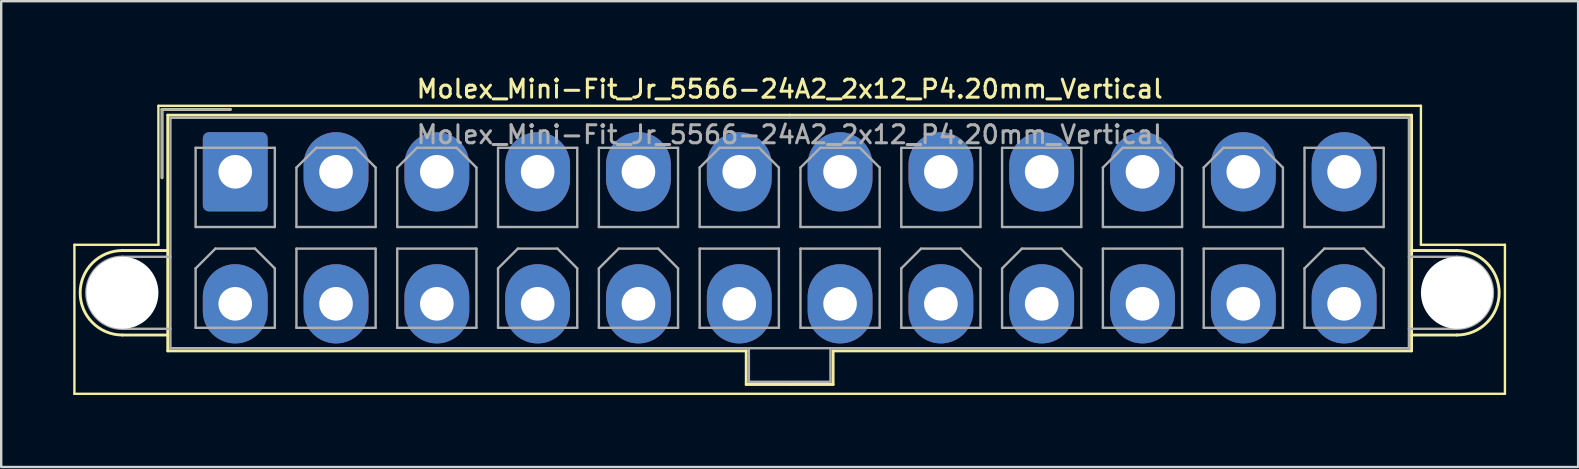
<source format=kicad_pcb>
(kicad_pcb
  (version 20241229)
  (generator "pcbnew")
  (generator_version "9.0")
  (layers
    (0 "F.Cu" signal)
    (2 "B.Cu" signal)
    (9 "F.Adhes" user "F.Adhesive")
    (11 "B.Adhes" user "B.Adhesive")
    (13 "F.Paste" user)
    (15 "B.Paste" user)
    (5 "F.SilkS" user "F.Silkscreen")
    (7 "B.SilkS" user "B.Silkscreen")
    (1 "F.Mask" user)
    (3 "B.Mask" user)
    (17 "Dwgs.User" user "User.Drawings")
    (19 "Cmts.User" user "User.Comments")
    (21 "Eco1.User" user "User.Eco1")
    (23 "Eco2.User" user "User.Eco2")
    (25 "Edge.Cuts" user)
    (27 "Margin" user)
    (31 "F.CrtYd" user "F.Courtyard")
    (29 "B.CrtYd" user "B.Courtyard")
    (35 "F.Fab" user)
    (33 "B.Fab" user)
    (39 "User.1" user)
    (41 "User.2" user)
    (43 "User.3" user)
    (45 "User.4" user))
  (footprint "Molex_Mini-Fit_Jr_5566-24A2_2x12_P4.20mm_Vertical"
    (layer "F.Cu")
    (at 6.75 4.108)
    (property "Reference" "Molex_Mini-Fit_Jr_5566-24A2_2x12_P4.20mm_Vertical" (at 23.1 -3.45 0) (layer "F.SilkS") (effects (font (size 0.75 0.75) (thickness 0.125))))
    (attr through_hole)
    (fp_line (start -6.7 3.04) (end -6.7 9.25) (stroke (width 0.1) (type solid)) (layer "F.SilkS"))
    (fp_line (start -6.7 9.25) (end 52.9 9.25) (stroke (width 0.1) (type solid)) (layer "F.SilkS"))
    (fp_line (start -4.7 3.28) (end -2.81 3.28) (stroke (width 0.12) (type solid)) (layer "F.SilkS"))
    (fp_line (start -4.7 6.8) (end -2.81 6.8) (stroke (width 0.12) (type solid)) (layer "F.SilkS"))
    (fp_line (start -3.2 -2.75) (end -3.2 3.04) (stroke (width 0.1) (type solid)) (layer "F.SilkS"))
    (fp_line (start -3.2 3.04) (end -6.7 3.04) (stroke (width 0.1) (type solid)) (layer "F.SilkS"))
    (fp_line (start -3.05 -2.6) (end -3.05 0.25) (stroke (width 0.12) (type solid)) (layer "F.SilkS"))
    (fp_line (start -2.81 -2.36) (end -2.81 7.46) (stroke (width 0.12) (type solid)) (layer "F.SilkS"))
    (fp_line (start -2.81 7.46) (end 21.29 7.46) (stroke (width 0.12) (type solid)) (layer "F.SilkS"))
    (fp_line (start -0.2 -2.6) (end -3.05 -2.6) (stroke (width 0.12) (type solid)) (layer "F.SilkS"))
    (fp_line (start 21.29 7.46) (end 21.29 8.86) (stroke (width 0.12) (type solid)) (layer "F.SilkS"))
    (fp_line (start 21.29 8.86) (end 23.1 8.86) (stroke (width 0.12) (type solid)) (layer "F.SilkS"))
    (fp_line (start 23.1 -2.36) (end -2.81 -2.36) (stroke (width 0.12) (type solid)) (layer "F.SilkS"))
    (fp_line (start 23.1 -2.36) (end 49.01 -2.36) (stroke (width 0.12) (type solid)) (layer "F.SilkS"))
    (fp_line (start 24.91 7.46) (end 24.91 8.86) (stroke (width 0.12) (type solid)) (layer "F.SilkS"))
    (fp_line (start 24.91 8.86) (end 23.1 8.86) (stroke (width 0.12) (type solid)) (layer "F.SilkS"))
    (fp_line (start 49.01 -2.36) (end 49.01 7.46) (stroke (width 0.12) (type solid)) (layer "F.SilkS"))
    (fp_line (start 49.01 7.46) (end 24.91 7.46) (stroke (width 0.12) (type solid)) (layer "F.SilkS"))
    (fp_line (start 49.4 -2.75) (end -3.2 -2.75) (stroke (width 0.1) (type solid)) (layer "F.SilkS"))
    (fp_line (start 49.4 3.04) (end 49.4 -2.75) (stroke (width 0.1) (type solid)) (layer "F.SilkS"))
    (fp_line (start 50.9 3.28) (end 49.01 3.28) (stroke (width 0.12) (type solid)) (layer "F.SilkS"))
    (fp_line (start 50.9 6.8) (end 49.01 6.8) (stroke (width 0.12) (type solid)) (layer "F.SilkS"))
    (fp_line (start 52.9 3.04) (end 49.4 3.04) (stroke (width 0.1) (type solid)) (layer "F.SilkS"))
    (fp_line (start 52.9 9.25) (end 52.9 3.04) (stroke (width 0.1) (type solid)) (layer "F.SilkS"))
    (fp_arc (start -4.7 6.8) (mid -6.46 5.04) (end -4.7 3.28) (stroke (width 0.12) (type solid)) (layer "F.SilkS"))
    (fp_arc (start 50.9 3.28) (mid 52.66 5.04) (end 50.9 6.8) (stroke (width 0.12) (type solid)) (layer "F.SilkS"))
    (fp_line (start -4.7 3.54) (end -2.7 3.54) (stroke (width 0.1) (type solid)) (layer "F.Fab"))
    (fp_line (start -4.7 6.54) (end -2.7 6.54) (stroke (width 0.1) (type solid)) (layer "F.Fab"))
    (fp_line (start -3.05 -2.6) (end -3.05 0.25) (stroke (width 0.1) (type solid)) (layer "F.Fab"))
    (fp_line (start -2.7 -2.25) (end -2.7 7.35) (stroke (width 0.1) (type solid)) (layer "F.Fab"))
    (fp_line (start -2.7 7.35) (end 48.9 7.35) (stroke (width 0.1) (type solid)) (layer "F.Fab"))
    (fp_line (start -1.65 -1) (end -1.65 2.3) (stroke (width 0.1) (type solid)) (layer "F.Fab"))
    (fp_line (start -1.65 2.3) (end 1.65 2.3) (stroke (width 0.1) (type solid)) (layer "F.Fab"))
    (fp_line (start -1.65 4.025) (end -0.825 3.2) (stroke (width 0.1) (type solid)) (layer "F.Fab"))
    (fp_line (start -1.65 6.5) (end -1.65 4.025) (stroke (width 0.1) (type solid)) (layer "F.Fab"))
    (fp_line (start -0.825 3.2) (end 0.825 3.2) (stroke (width 0.1) (type solid)) (layer "F.Fab"))
    (fp_line (start -0.2 -2.6) (end -3.05 -2.6) (stroke (width 0.1) (type solid)) (layer "F.Fab"))
    (fp_line (start 0.825 3.2) (end 1.65 4.025) (stroke (width 0.1) (type solid)) (layer "F.Fab"))
    (fp_line (start 1.65 -1) (end -1.65 -1) (stroke (width 0.1) (type solid)) (layer "F.Fab"))
    (fp_line (start 1.65 2.3) (end 1.65 -1) (stroke (width 0.1) (type solid)) (layer "F.Fab"))
    (fp_line (start 1.65 4.025) (end 1.65 6.5) (stroke (width 0.1) (type solid)) (layer "F.Fab"))
    (fp_line (start 1.65 6.5) (end -1.65 6.5) (stroke (width 0.1) (type solid)) (layer "F.Fab"))
    (fp_line (start 2.55 -0.175) (end 3.375 -1) (stroke (width 0.1) (type solid)) (layer "F.Fab"))
    (fp_line (start 2.55 2.3) (end 2.55 -0.175) (stroke (width 0.1) (type solid)) (layer "F.Fab"))
    (fp_line (start 2.55 3.2) (end 2.55 6.5) (stroke (width 0.1) (type solid)) (layer "F.Fab"))
    (fp_line (start 2.55 6.5) (end 5.85 6.5) (stroke (width 0.1) (type solid)) (layer "F.Fab"))
    (fp_line (start 3.375 -1) (end 5.025 -1) (stroke (width 0.1) (type solid)) (layer "F.Fab"))
    (fp_line (start 5.025 -1) (end 5.85 -0.175) (stroke (width 0.1) (type solid)) (layer "F.Fab"))
    (fp_line (start 5.85 -0.175) (end 5.85 2.3) (stroke (width 0.1) (type solid)) (layer "F.Fab"))
    (fp_line (start 5.85 2.3) (end 2.55 2.3) (stroke (width 0.1) (type solid)) (layer "F.Fab"))
    (fp_line (start 5.85 3.2) (end 2.55 3.2) (stroke (width 0.1) (type solid)) (layer "F.Fab"))
    (fp_line (start 5.85 6.5) (end 5.85 3.2) (stroke (width 0.1) (type solid)) (layer "F.Fab"))
    (fp_line (start 6.75 -0.175) (end 7.575 -1) (stroke (width 0.1) (type solid)) (layer "F.Fab"))
    (fp_line (start 6.75 2.3) (end 6.75 -0.175) (stroke (width 0.1) (type solid)) (layer "F.Fab"))
    (fp_line (start 6.75 3.2) (end 6.75 6.5) (stroke (width 0.1) (type solid)) (layer "F.Fab"))
    (fp_line (start 6.75 6.5) (end 10.05 6.5) (stroke (width 0.1) (type solid)) (layer "F.Fab"))
    (fp_line (start 7.575 -1) (end 9.225 -1) (stroke (width 0.1) (type solid)) (layer "F.Fab"))
    (fp_line (start 9.225 -1) (end 10.05 -0.175) (stroke (width 0.1) (type solid)) (layer "F.Fab"))
    (fp_line (start 10.05 -0.175) (end 10.05 2.3) (stroke (width 0.1) (type solid)) (layer "F.Fab"))
    (fp_line (start 10.05 2.3) (end 6.75 2.3) (stroke (width 0.1) (type solid)) (layer "F.Fab"))
    (fp_line (start 10.05 3.2) (end 6.75 3.2) (stroke (width 0.1) (type solid)) (layer "F.Fab"))
    (fp_line (start 10.05 6.5) (end 10.05 3.2) (stroke (width 0.1) (type solid)) (layer "F.Fab"))
    (fp_line (start 10.95 -1) (end 10.95 2.3) (stroke (width 0.1) (type solid)) (layer "F.Fab"))
    (fp_line (start 10.95 2.3) (end 14.25 2.3) (stroke (width 0.1) (type solid)) (layer "F.Fab"))
    (fp_line (start 10.95 4.025) (end 11.775 3.2) (stroke (width 0.1) (type solid)) (layer "F.Fab"))
    (fp_line (start 10.95 6.5) (end 10.95 4.025) (stroke (width 0.1) (type solid)) (layer "F.Fab"))
    (fp_line (start 11.775 3.2) (end 13.425 3.2) (stroke (width 0.1) (type solid)) (layer "F.Fab"))
    (fp_line (start 13.425 3.2) (end 14.25 4.025) (stroke (width 0.1) (type solid)) (layer "F.Fab"))
    (fp_line (start 14.25 -1) (end 10.95 -1) (stroke (width 0.1) (type solid)) (layer "F.Fab"))
    (fp_line (start 14.25 2.3) (end 14.25 -1) (stroke (width 0.1) (type solid)) (layer "F.Fab"))
    (fp_line (start 14.25 4.025) (end 14.25 6.5) (stroke (width 0.1) (type solid)) (layer "F.Fab"))
    (fp_line (start 14.25 6.5) (end 10.95 6.5) (stroke (width 0.1) (type solid)) (layer "F.Fab"))
    (fp_line (start 15.15 -1) (end 15.15 2.3) (stroke (width 0.1) (type solid)) (layer "F.Fab"))
    (fp_line (start 15.15 2.3) (end 18.45 2.3) (stroke (width 0.1) (type solid)) (layer "F.Fab"))
    (fp_line (start 15.15 4.025) (end 15.975 3.2) (stroke (width 0.1) (type solid)) (layer "F.Fab"))
    (fp_line (start 15.15 6.5) (end 15.15 4.025) (stroke (width 0.1) (type solid)) (layer "F.Fab"))
    (fp_line (start 15.975 3.2) (end 17.625 3.2) (stroke (width 0.1) (type solid)) (layer "F.Fab"))
    (fp_line (start 17.625 3.2) (end 18.45 4.025) (stroke (width 0.1) (type solid)) (layer "F.Fab"))
    (fp_line (start 18.45 -1) (end 15.15 -1) (stroke (width 0.1) (type solid)) (layer "F.Fab"))
    (fp_line (start 18.45 2.3) (end 18.45 -1) (stroke (width 0.1) (type solid)) (layer "F.Fab"))
    (fp_line (start 18.45 4.025) (end 18.45 6.5) (stroke (width 0.1) (type solid)) (layer "F.Fab"))
    (fp_line (start 18.45 6.5) (end 15.15 6.5) (stroke (width 0.1) (type solid)) (layer "F.Fab"))
    (fp_line (start 19.35 -0.175) (end 20.175 -1) (stroke (width 0.1) (type solid)) (layer "F.Fab"))
    (fp_line (start 19.35 2.3) (end 19.35 -0.175) (stroke (width 0.1) (type solid)) (layer "F.Fab"))
    (fp_line (start 19.35 3.2) (end 19.35 6.5) (stroke (width 0.1) (type solid)) (layer "F.Fab"))
    (fp_line (start 19.35 6.5) (end 22.65 6.5) (stroke (width 0.1) (type solid)) (layer "F.Fab"))
    (fp_line (start 20.175 -1) (end 21.825 -1) (stroke (width 0.1) (type solid)) (layer "F.Fab"))
    (fp_line (start 21.4 7.35) (end 21.4 8.75) (stroke (width 0.1) (type solid)) (layer "F.Fab"))
    (fp_line (start 21.4 8.75) (end 24.8 8.75) (stroke (width 0.1) (type solid)) (layer "F.Fab"))
    (fp_line (start 21.825 -1) (end 22.65 -0.175) (stroke (width 0.1) (type solid)) (layer "F.Fab"))
    (fp_line (start 22.65 -0.175) (end 22.65 2.3) (stroke (width 0.1) (type solid)) (layer "F.Fab"))
    (fp_line (start 22.65 2.3) (end 19.35 2.3) (stroke (width 0.1) (type solid)) (layer "F.Fab"))
    (fp_line (start 22.65 3.2) (end 19.35 3.2) (stroke (width 0.1) (type solid)) (layer "F.Fab"))
    (fp_line (start 22.65 6.5) (end 22.65 3.2) (stroke (width 0.1) (type solid)) (layer "F.Fab"))
    (fp_line (start 23.55 -0.175) (end 24.375 -1) (stroke (width 0.1) (type solid)) (layer "F.Fab"))
    (fp_line (start 23.55 2.3) (end 23.55 -0.175) (stroke (width 0.1) (type solid)) (layer "F.Fab"))
    (fp_line (start 23.55 3.2) (end 23.55 6.5) (stroke (width 0.1) (type solid)) (layer "F.Fab"))
    (fp_line (start 23.55 6.5) (end 26.85 6.5) (stroke (width 0.1) (type solid)) (layer "F.Fab"))
    (fp_line (start 24.375 -1) (end 26.025 -1) (stroke (width 0.1) (type solid)) (layer "F.Fab"))
    (fp_line (start 24.8 8.75) (end 24.8 7.35) (stroke (width 0.1) (type solid)) (layer "F.Fab"))
    (fp_line (start 26.025 -1) (end 26.85 -0.175) (stroke (width 0.1) (type solid)) (layer "F.Fab"))
    (fp_line (start 26.85 -0.175) (end 26.85 2.3) (stroke (width 0.1) (type solid)) (layer "F.Fab"))
    (fp_line (start 26.85 2.3) (end 23.55 2.3) (stroke (width 0.1) (type solid)) (layer "F.Fab"))
    (fp_line (start 26.85 3.2) (end 23.55 3.2) (stroke (width 0.1) (type solid)) (layer "F.Fab"))
    (fp_line (start 26.85 6.5) (end 26.85 3.2) (stroke (width 0.1) (type solid)) (layer "F.Fab"))
    (fp_line (start 27.75 -1) (end 27.75 2.3) (stroke (width 0.1) (type solid)) (layer "F.Fab"))
    (fp_line (start 27.75 2.3) (end 31.05 2.3) (stroke (width 0.1) (type solid)) (layer "F.Fab"))
    (fp_line (start 27.75 4.025) (end 28.575 3.2) (stroke (width 0.1) (type solid)) (layer "F.Fab"))
    (fp_line (start 27.75 6.5) (end 27.75 4.025) (stroke (width 0.1) (type solid)) (layer "F.Fab"))
    (fp_line (start 28.575 3.2) (end 30.225 3.2) (stroke (width 0.1) (type solid)) (layer "F.Fab"))
    (fp_line (start 30.225 3.2) (end 31.05 4.025) (stroke (width 0.1) (type solid)) (layer "F.Fab"))
    (fp_line (start 31.05 -1) (end 27.75 -1) (stroke (width 0.1) (type solid)) (layer "F.Fab"))
    (fp_line (start 31.05 2.3) (end 31.05 -1) (stroke (width 0.1) (type solid)) (layer "F.Fab"))
    (fp_line (start 31.05 4.025) (end 31.05 6.5) (stroke (width 0.1) (type solid)) (layer "F.Fab"))
    (fp_line (start 31.05 6.5) (end 27.75 6.5) (stroke (width 0.1) (type solid)) (layer "F.Fab"))
    (fp_line (start 31.95 -1) (end 31.95 2.3) (stroke (width 0.1) (type solid)) (layer "F.Fab"))
    (fp_line (start 31.95 2.3) (end 35.25 2.3) (stroke (width 0.1) (type solid)) (layer "F.Fab"))
    (fp_line (start 31.95 4.025) (end 32.775 3.2) (stroke (width 0.1) (type solid)) (layer "F.Fab"))
    (fp_line (start 31.95 6.5) (end 31.95 4.025) (stroke (width 0.1) (type solid)) (layer "F.Fab"))
    (fp_line (start 32.775 3.2) (end 34.425 3.2) (stroke (width 0.1) (type solid)) (layer "F.Fab"))
    (fp_line (start 34.425 3.2) (end 35.25 4.025) (stroke (width 0.1) (type solid)) (layer "F.Fab"))
    (fp_line (start 35.25 -1) (end 31.95 -1) (stroke (width 0.1) (type solid)) (layer "F.Fab"))
    (fp_line (start 35.25 2.3) (end 35.25 -1) (stroke (width 0.1) (type solid)) (layer "F.Fab"))
    (fp_line (start 35.25 4.025) (end 35.25 6.5) (stroke (width 0.1) (type solid)) (layer "F.Fab"))
    (fp_line (start 35.25 6.5) (end 31.95 6.5) (stroke (width 0.1) (type solid)) (layer "F.Fab"))
    (fp_line (start 36.15 -0.175) (end 36.975 -1) (stroke (width 0.1) (type solid)) (layer "F.Fab"))
    (fp_line (start 36.15 2.3) (end 36.15 -0.175) (stroke (width 0.1) (type solid)) (layer "F.Fab"))
    (fp_line (start 36.15 3.2) (end 36.15 6.5) (stroke (width 0.1) (type solid)) (layer "F.Fab"))
    (fp_line (start 36.15 6.5) (end 39.45 6.5) (stroke (width 0.1) (type solid)) (layer "F.Fab"))
    (fp_line (start 36.975 -1) (end 38.625 -1) (stroke (width 0.1) (type solid)) (layer "F.Fab"))
    (fp_line (start 38.625 -1) (end 39.45 -0.175) (stroke (width 0.1) (type solid)) (layer "F.Fab"))
    (fp_line (start 39.45 -0.175) (end 39.45 2.3) (stroke (width 0.1) (type solid)) (layer "F.Fab"))
    (fp_line (start 39.45 2.3) (end 36.15 2.3) (stroke (width 0.1) (type solid)) (layer "F.Fab"))
    (fp_line (start 39.45 3.2) (end 36.15 3.2) (stroke (width 0.1) (type solid)) (layer "F.Fab"))
    (fp_line (start 39.45 6.5) (end 39.45 3.2) (stroke (width 0.1) (type solid)) (layer "F.Fab"))
    (fp_line (start 40.35 -0.175) (end 41.175 -1) (stroke (width 0.1) (type solid)) (layer "F.Fab"))
    (fp_line (start 40.35 2.3) (end 40.35 -0.175) (stroke (width 0.1) (type solid)) (layer "F.Fab"))
    (fp_line (start 40.35 3.2) (end 40.35 6.5) (stroke (width 0.1) (type solid)) (layer "F.Fab"))
    (fp_line (start 40.35 6.5) (end 43.65 6.5) (stroke (width 0.1) (type solid)) (layer "F.Fab"))
    (fp_line (start 41.175 -1) (end 42.825 -1) (stroke (width 0.1) (type solid)) (layer "F.Fab"))
    (fp_line (start 42.825 -1) (end 43.65 -0.175) (stroke (width 0.1) (type solid)) (layer "F.Fab"))
    (fp_line (start 43.65 -0.175) (end 43.65 2.3) (stroke (width 0.1) (type solid)) (layer "F.Fab"))
    (fp_line (start 43.65 2.3) (end 40.35 2.3) (stroke (width 0.1) (type solid)) (layer "F.Fab"))
    (fp_line (start 43.65 3.2) (end 40.35 3.2) (stroke (width 0.1) (type solid)) (layer "F.Fab"))
    (fp_line (start 43.65 6.5) (end 43.65 3.2) (stroke (width 0.1) (type solid)) (layer "F.Fab"))
    (fp_line (start 44.55 -1) (end 44.55 2.3) (stroke (width 0.1) (type solid)) (layer "F.Fab"))
    (fp_line (start 44.55 2.3) (end 47.85 2.3) (stroke (width 0.1) (type solid)) (layer "F.Fab"))
    (fp_line (start 44.55 4.025) (end 45.375 3.2) (stroke (width 0.1) (type solid)) (layer "F.Fab"))
    (fp_line (start 44.55 6.5) (end 44.55 4.025) (stroke (width 0.1) (type solid)) (layer "F.Fab"))
    (fp_line (start 45.375 3.2) (end 47.025 3.2) (stroke (width 0.1) (type solid)) (layer "F.Fab"))
    (fp_line (start 47.025 3.2) (end 47.85 4.025) (stroke (width 0.1) (type solid)) (layer "F.Fab"))
    (fp_line (start 47.85 -1) (end 44.55 -1) (stroke (width 0.1) (type solid)) (layer "F.Fab"))
    (fp_line (start 47.85 2.3) (end 47.85 -1) (stroke (width 0.1) (type solid)) (layer "F.Fab"))
    (fp_line (start 47.85 4.025) (end 47.85 6.5) (stroke (width 0.1) (type solid)) (layer "F.Fab"))
    (fp_line (start 47.85 6.5) (end 44.55 6.5) (stroke (width 0.1) (type solid)) (layer "F.Fab"))
    (fp_line (start 48.9 -2.25) (end -2.7 -2.25) (stroke (width 0.1) (type solid)) (layer "F.Fab"))
    (fp_line (start 48.9 7.35) (end 48.9 -2.25) (stroke (width 0.1) (type solid)) (layer "F.Fab"))
    (fp_line (start 50.9 3.54) (end 48.9 3.54) (stroke (width 0.1) (type solid)) (layer "F.Fab"))
    (fp_line (start 50.9 6.54) (end 48.9 6.54) (stroke (width 0.1) (type solid)) (layer "F.Fab"))
    (fp_arc (start -4.7 6.54) (mid -6.2 5.04) (end -4.7 3.54) (stroke (width 0.1) (type solid)) (layer "F.Fab"))
    (fp_arc (start 50.9 3.54) (mid 52.4 5.04) (end 50.9 6.54) (stroke (width 0.1) (type solid)) (layer "F.Fab"))
    (fp_text user "${REFERENCE}" (at 23.1 -1.55 0) (layer "F.Fab") (effects (font (size 0.75 0.75) (thickness 0.125))))
    (pad "" np_thru_hole circle (at -4.7 5.04) (size 3 3) (drill 3) (layers "*.Cu" "*.Mask"))
    (pad "" np_thru_hole circle (at 50.9 5.04) (size 3 3) (drill 3) (layers "*.Cu" "*.Mask"))
    (pad "1" thru_hole roundrect (at 0 0) (size 2.7 3.3) (drill 1.4) (layers "*.Cu" "*.Mask") (roundrect_rratio 0.093))
    (pad "2" thru_hole oval (at 4.2 0) (size 2.7 3.3) (drill 1.4) (layers "*.Cu" "*.Mask"))
    (pad "3" thru_hole oval (at 8.4 0) (size 2.7 3.3) (drill 1.4) (layers "*.Cu" "*.Mask"))
    (pad "4" thru_hole oval (at 12.6 0) (size 2.7 3.3) (drill 1.4) (layers "*.Cu" "*.Mask"))
    (pad "5" thru_hole oval (at 16.8 0) (size 2.7 3.3) (drill 1.4) (layers "*.Cu" "*.Mask"))
    (pad "6" thru_hole oval (at 21 0) (size 2.7 3.3) (drill 1.4) (layers "*.Cu" "*.Mask"))
    (pad "7" thru_hole oval (at 25.2 0) (size 2.7 3.3) (drill 1.4) (layers "*.Cu" "*.Mask"))
    (pad "8" thru_hole oval (at 29.4 0) (size 2.7 3.3) (drill 1.4) (layers "*.Cu" "*.Mask"))
    (pad "9" thru_hole oval (at 33.6 0) (size 2.7 3.3) (drill 1.4) (layers "*.Cu" "*.Mask"))
    (pad "10" thru_hole oval (at 37.8 0) (size 2.7 3.3) (drill 1.4) (layers "*.Cu" "*.Mask"))
    (pad "11" thru_hole oval (at 42 0) (size 2.7 3.3) (drill 1.4) (layers "*.Cu" "*.Mask"))
    (pad "12" thru_hole oval (at 46.2 0) (size 2.7 3.3) (drill 1.4) (layers "*.Cu" "*.Mask"))
    (pad "13" thru_hole oval (at 0 5.5) (size 2.7 3.3) (drill 1.4) (layers "*.Cu" "*.Mask"))
    (pad "14" thru_hole oval (at 4.2 5.5) (size 2.7 3.3) (drill 1.4) (layers "*.Cu" "*.Mask"))
    (pad "15" thru_hole oval (at 8.4 5.5) (size 2.7 3.3) (drill 1.4) (layers "*.Cu" "*.Mask"))
    (pad "16" thru_hole oval (at 12.6 5.5) (size 2.7 3.3) (drill 1.4) (layers "*.Cu" "*.Mask"))
    (pad "17" thru_hole oval (at 16.8 5.5) (size 2.7 3.3) (drill 1.4) (layers "*.Cu" "*.Mask"))
    (pad "18" thru_hole oval (at 21 5.5) (size 2.7 3.3) (drill 1.4) (layers "*.Cu" "*.Mask"))
    (pad "19" thru_hole oval (at 25.2 5.5) (size 2.7 3.3) (drill 1.4) (layers "*.Cu" "*.Mask"))
    (pad "20" thru_hole oval (at 29.4 5.5) (size 2.7 3.3) (drill 1.4) (layers "*.Cu" "*.Mask"))
    (pad "21" thru_hole oval (at 33.6 5.5) (size 2.7 3.3) (drill 1.4) (layers "*.Cu" "*.Mask"))
    (pad "22" thru_hole oval (at 37.8 5.5) (size 2.7 3.3) (drill 1.4) (layers "*.Cu" "*.Mask"))
    (pad "23" thru_hole oval (at 42 5.5) (size 2.7 3.3) (drill 1.4) (layers "*.Cu" "*.Mask"))
    (pad "24" thru_hole oval (at 46.2 5.5) (size 2.7 3.3) (drill 1.4) (layers "*.Cu" "*.Mask")))
  (gr_rect
    (start -3 -3)
    (end 62.7 16.408)
    (stroke (width 0.1) (type default))
    (fill no)
    (layer "Edge.Cuts")))
</source>
